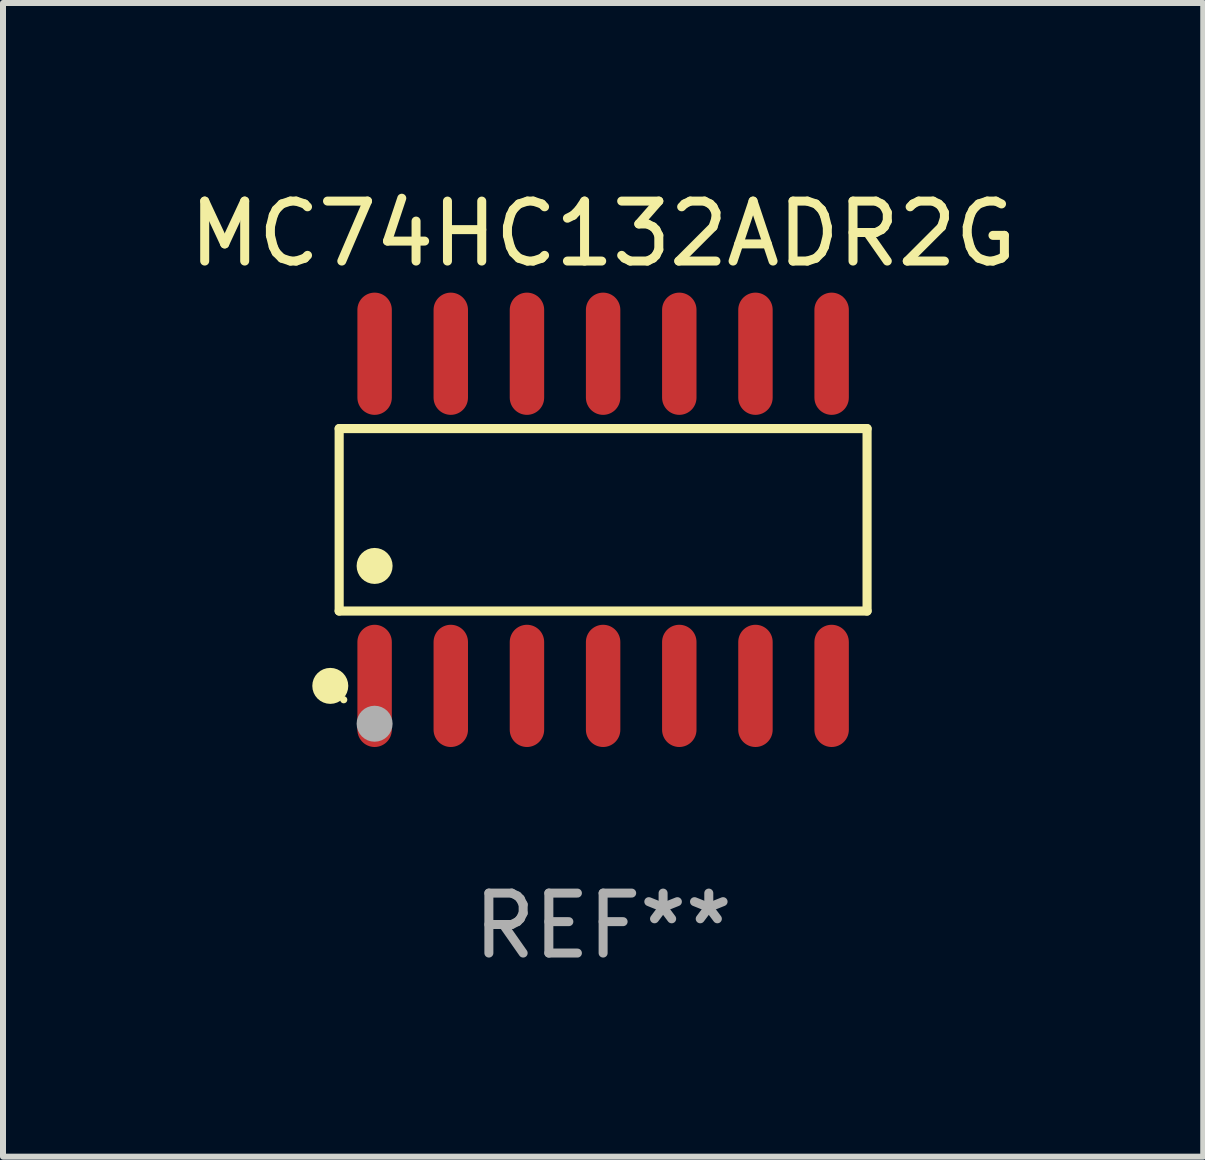
<source format=kicad_pcb>
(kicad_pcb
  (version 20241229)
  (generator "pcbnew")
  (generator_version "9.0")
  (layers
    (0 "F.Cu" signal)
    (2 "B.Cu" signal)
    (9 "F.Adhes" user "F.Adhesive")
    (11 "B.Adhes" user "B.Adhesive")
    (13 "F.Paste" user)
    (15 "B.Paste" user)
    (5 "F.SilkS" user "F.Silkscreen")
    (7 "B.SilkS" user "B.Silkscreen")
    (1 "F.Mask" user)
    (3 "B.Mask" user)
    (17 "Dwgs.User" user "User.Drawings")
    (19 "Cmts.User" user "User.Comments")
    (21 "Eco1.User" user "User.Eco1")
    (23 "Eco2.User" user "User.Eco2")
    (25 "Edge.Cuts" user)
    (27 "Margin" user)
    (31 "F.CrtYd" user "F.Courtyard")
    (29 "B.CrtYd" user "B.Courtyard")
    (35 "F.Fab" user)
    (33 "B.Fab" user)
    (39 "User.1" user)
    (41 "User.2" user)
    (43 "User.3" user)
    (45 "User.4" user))
  (footprint "MC74HC132ADR2G"
    (layer "F.Cu")
    (at 7.006 5.617)
    (property "Reference" "MC74HC132ADR2G" (at 0 -4.769 0) (layer "F.SilkS") (effects (font (size 1 1) (thickness 0.15))))
    (attr through_hole)
    (fp_line (start -4.401 -1.521) (end 4.401 -1.521) (stroke (width 0.152) (type solid)) (layer "F.SilkS"))
    (fp_line (start -4.401 1.521) (end -4.401 -1.521) (stroke (width 0.152) (type solid)) (layer "F.SilkS"))
    (fp_line (start 4.401 -1.521) (end 4.401 1.521) (stroke (width 0.152) (type solid)) (layer "F.SilkS"))
    (fp_line (start 4.401 1.521) (end -4.401 1.521) (stroke (width 0.152) (type solid)) (layer "F.SilkS"))
    (fp_circle (center -4.549 2.769) (end -4.399 2.769) (stroke (width 0.3) (type solid)) (fill no) (layer "F.SilkS"))
    (fp_circle (center -4.325 3) (end -4.295 3) (stroke (width 0.06) (type solid)) (fill no) (layer "F.SilkS"))
    (fp_circle (center -3.81 0.769) (end -3.66 0.769) (stroke (width 0.3) (type solid)) (fill no) (layer "F.SilkS"))
    (fp_circle (center -3.81 3.4) (end -3.66 3.4) (stroke (width 0.3) (type solid)) (fill no) (layer "F.Fab"))
    (fp_text user "REF**" (at 0 6.769 0) (layer "F.Fab") (effects (font (size 1 1) (thickness 0.15))))
    (pad "1" smd oval (at -3.81 2.769) (size 0.574 2.038) (layers "F.Cu" "F.Mask" "F.Paste"))
    (pad "2" smd oval (at -2.54 2.769) (size 0.574 2.038) (layers "F.Cu" "F.Mask" "F.Paste"))
    (pad "3" smd oval (at -1.27 2.769) (size 0.574 2.038) (layers "F.Cu" "F.Mask" "F.Paste"))
    (pad "4" smd oval (at 0 2.769) (size 0.574 2.038) (layers "F.Cu" "F.Mask" "F.Paste"))
    (pad "5" smd oval (at 1.27 2.769) (size 0.574 2.038) (layers "F.Cu" "F.Mask" "F.Paste"))
    (pad "6" smd oval (at 2.54 2.769) (size 0.574 2.038) (layers "F.Cu" "F.Mask" "F.Paste"))
    (pad "7" smd oval (at 3.81 2.769) (size 0.574 2.038) (layers "F.Cu" "F.Mask" "F.Paste"))
    (pad "8" smd oval (at 3.81 -2.769) (size 0.574 2.038) (layers "F.Cu" "F.Mask" "F.Paste"))
    (pad "9" smd oval (at 2.54 -2.769) (size 0.574 2.038) (layers "F.Cu" "F.Mask" "F.Paste"))
    (pad "10" smd oval (at 1.27 -2.769) (size 0.574 2.038) (layers "F.Cu" "F.Mask" "F.Paste"))
    (pad "11" smd oval (at 0 -2.769) (size 0.574 2.038) (layers "F.Cu" "F.Mask" "F.Paste"))
    (pad "12" smd oval (at -1.27 -2.769) (size 0.574 2.038) (layers "F.Cu" "F.Mask" "F.Paste"))
    (pad "13" smd oval (at -2.54 -2.769) (size 0.574 2.038) (layers "F.Cu" "F.Mask" "F.Paste"))
    (pad "14" smd oval (at -3.81 -2.769) (size 0.574 2.038) (layers "F.Cu" "F.Mask" "F.Paste")))
  (gr_rect
    (start -3 -3)
    (end 17.012 16.235)
    (stroke (width 0.1) (type default))
    (fill no)
    (layer "Edge.Cuts")))
</source>
